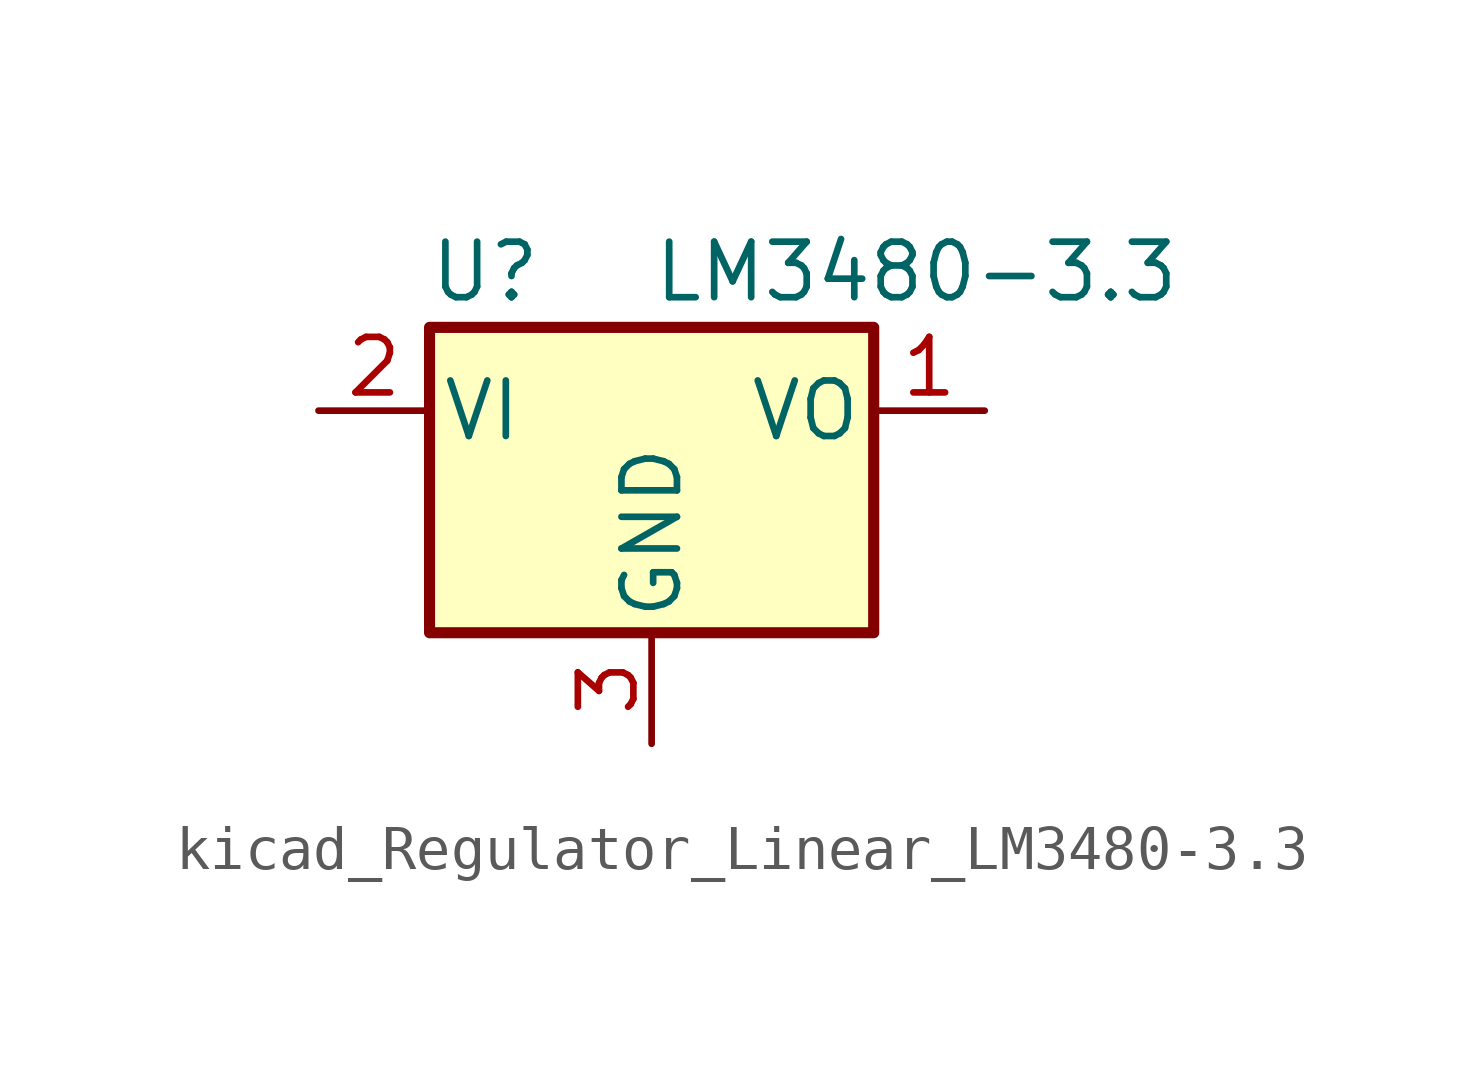
<source format=kicad_sym>
(kicad_symbol_lib
  (version 20220914)
  (generator kicad_symbol_editor)
  (symbol "kicad_Regulator_Linear_LM3480-3.3"
    (pin_names
      (offset 0.254))
    (property "Reference" "U"
      (at -3.81 3.175 0)
      (effects (font (size 1.27 1.27))))
    (property "Value" "LM3480-3.3"
      (at 0 3.175 0)
      (effects (font (size 1.27 1.27)) (justify left)))
    (symbol "kicad_Regulator_Linear_LM3480-3.3_0_1"
      (rectangle (start -5.08 1.905) (end 5.08 -5.08) (stroke (width 0.254) (type default)) (fill (type background))))
    (symbol "kicad_Regulator_Linear_LM3480-3.3_1_1"
      (pin power_out line (at 7.62 0 180) (length 2.54) (name "VO" (effects (font (size 1.27 1.27)))) (number "1" (effects (font (size 1.27 1.27)))))
      (pin power_in line (at -7.62 0 0) (length 2.54) (name "VI" (effects (font (size 1.27 1.27)))) (number "2" (effects (font (size 1.27 1.27)))))
      (pin power_in line (at 0 -7.62 90) (length 2.54) (name "GND" (effects (font (size 1.27 1.27)))) (number "3" (effects (font (size 1.27 1.27))))))))
</source>
